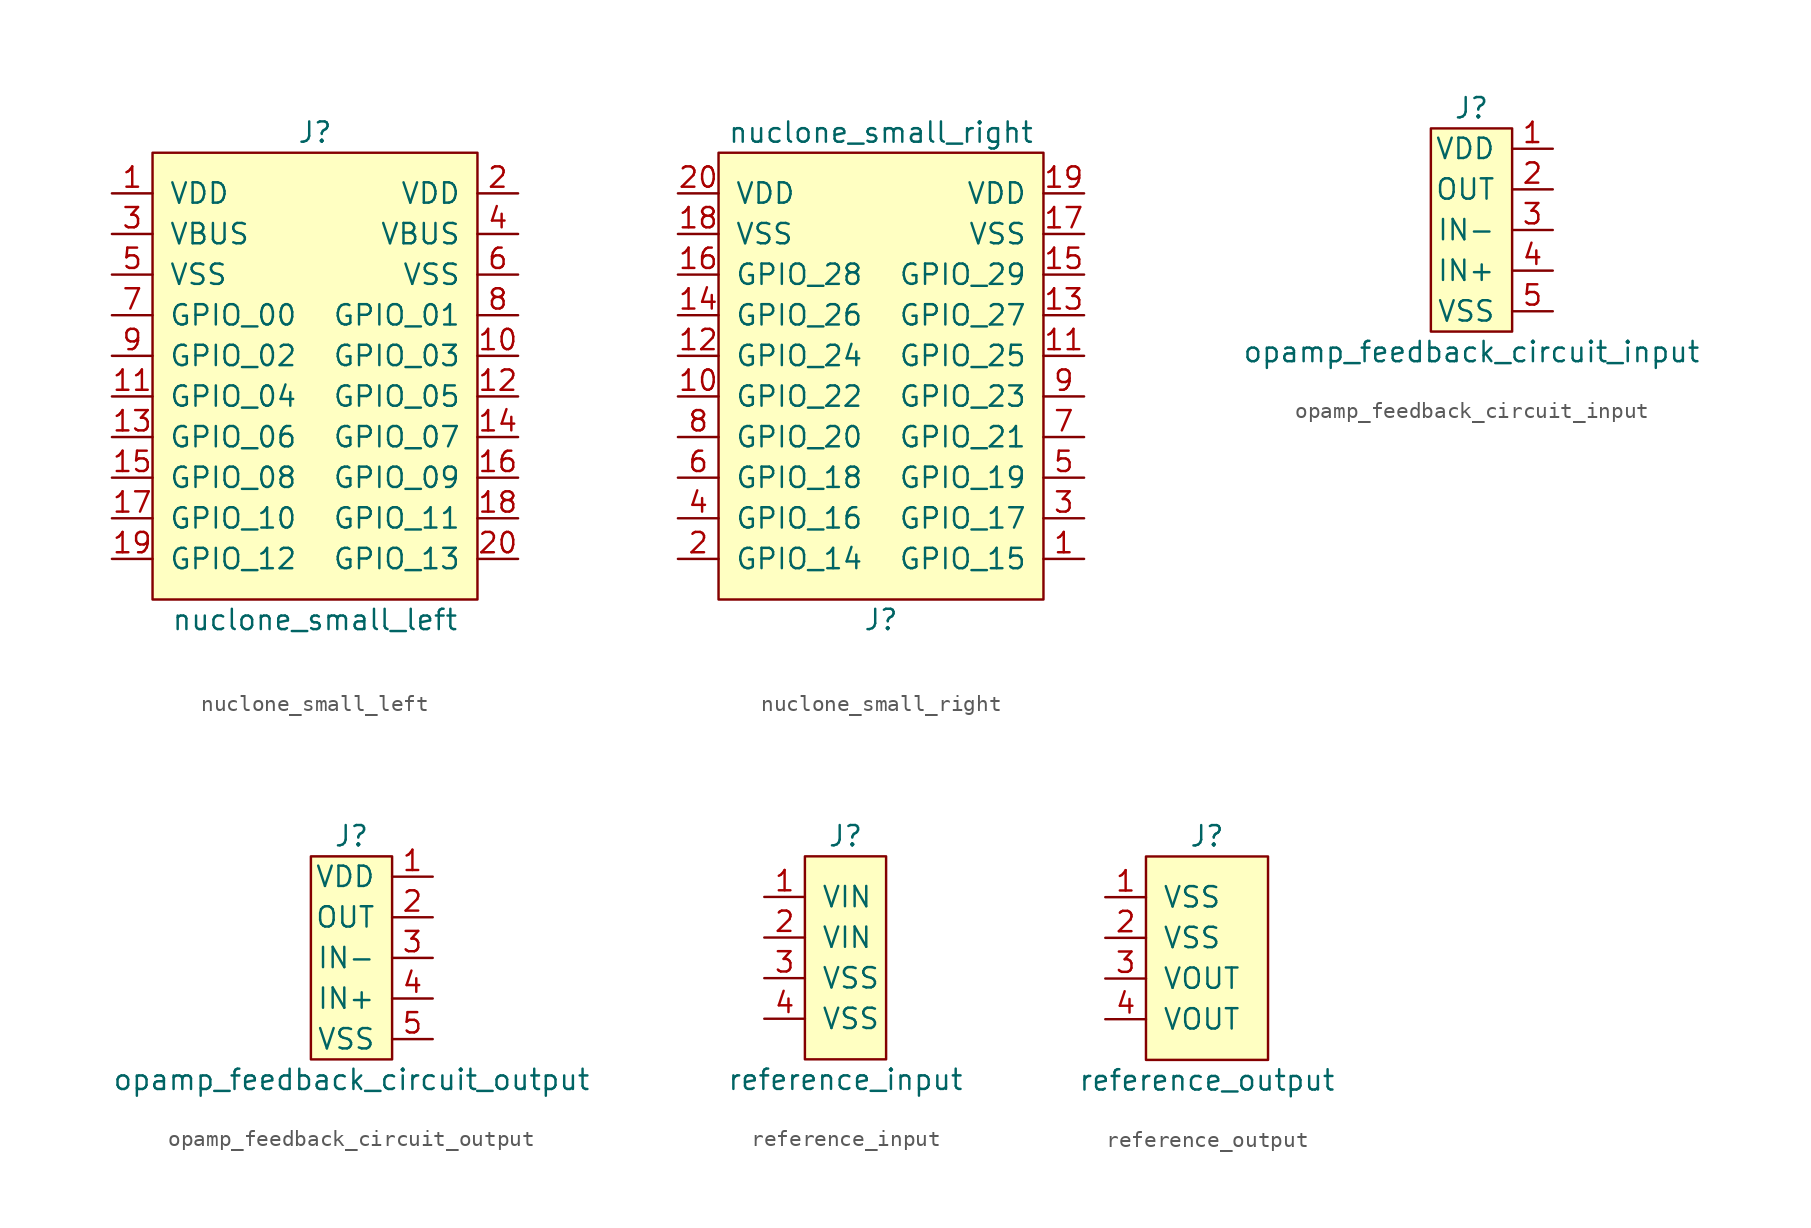
<source format=kicad_sym>
(kicad_symbol_lib
  (version 20211014)
  (generator kicad_symbol_editor)
  (symbol "nuclone_small_left"
    (pin_names
      (offset 1.016))
    (property "Reference" "J"
      (at 0 15.24 0)
      (effects (font (size 1.27 1.27))))
    (property "Value" "nuclone_small_left"
      (at 0 -15.24 0)
      (effects (font (size 1.27 1.27))))
    (symbol "nuclone_small_left_0_1"
      (rectangle (start -10.16 13.97) (end 10.16 -13.97) (stroke (width 0) (type default) (color 0 0 0 0)) (fill (type background))))
    (symbol "nuclone_small_left_1_1"
      (pin power_in line (at -12.7 11.43 0) (length 2.54) (name "VDD" (effects (font (size 1.27 1.27)))) (number "1" (effects (font (size 1.27 1.27)))))
      (pin bidirectional line (at 12.7 1.27 180) (length 2.54) (name "GPIO_03" (effects (font (size 1.27 1.27)))) (number "10" (effects (font (size 1.27 1.27)))))
      (pin bidirectional line (at -12.7 -1.27 0) (length 2.54) (name "GPIO_04" (effects (font (size 1.27 1.27)))) (number "11" (effects (font (size 1.27 1.27)))))
      (pin bidirectional line (at 12.7 -1.27 180) (length 2.54) (name "GPIO_05" (effects (font (size 1.27 1.27)))) (number "12" (effects (font (size 1.27 1.27)))))
      (pin bidirectional line (at -12.7 -3.81 0) (length 2.54) (name "GPIO_06" (effects (font (size 1.27 1.27)))) (number "13" (effects (font (size 1.27 1.27)))))
      (pin bidirectional line (at 12.7 -3.81 180) (length 2.54) (name "GPIO_07" (effects (font (size 1.27 1.27)))) (number "14" (effects (font (size 1.27 1.27)))))
      (pin bidirectional line (at -12.7 -6.35 0) (length 2.54) (name "GPIO_08" (effects (font (size 1.27 1.27)))) (number "15" (effects (font (size 1.27 1.27)))))
      (pin bidirectional line (at 12.7 -6.35 180) (length 2.54) (name "GPIO_09" (effects (font (size 1.27 1.27)))) (number "16" (effects (font (size 1.27 1.27)))))
      (pin bidirectional line (at -12.7 -8.89 0) (length 2.54) (name "GPIO_10" (effects (font (size 1.27 1.27)))) (number "17" (effects (font (size 1.27 1.27)))))
      (pin bidirectional line (at 12.7 -8.89 180) (length 2.54) (name "GPIO_11" (effects (font (size 1.27 1.27)))) (number "18" (effects (font (size 1.27 1.27)))))
      (pin bidirectional line (at -12.7 -11.43 0) (length 2.54) (name "GPIO_12" (effects (font (size 1.27 1.27)))) (number "19" (effects (font (size 1.27 1.27)))))
      (pin power_in line (at 12.7 11.43 180) (length 2.54) (name "VDD" (effects (font (size 1.27 1.27)))) (number "2" (effects (font (size 1.27 1.27)))))
      (pin bidirectional line (at 12.7 -11.43 180) (length 2.54) (name "GPIO_13" (effects (font (size 1.27 1.27)))) (number "20" (effects (font (size 1.27 1.27)))))
      (pin power_in line (at -12.7 8.89 0) (length 2.54) (name "VBUS" (effects (font (size 1.27 1.27)))) (number "3" (effects (font (size 1.27 1.27)))))
      (pin power_in line (at 12.7 8.89 180) (length 2.54) (name "VBUS" (effects (font (size 1.27 1.27)))) (number "4" (effects (font (size 1.27 1.27)))))
      (pin power_in line (at -12.7 6.35 0) (length 2.54) (name "VSS" (effects (font (size 1.27 1.27)))) (number "5" (effects (font (size 1.27 1.27)))))
      (pin power_in line (at 12.7 6.35 180) (length 2.54) (name "VSS" (effects (font (size 1.27 1.27)))) (number "6" (effects (font (size 1.27 1.27)))))
      (pin bidirectional line (at -12.7 3.81 0) (length 2.54) (name "GPIO_00" (effects (font (size 1.27 1.27)))) (number "7" (effects (font (size 1.27 1.27)))))
      (pin bidirectional line (at 12.7 3.81 180) (length 2.54) (name "GPIO_01" (effects (font (size 1.27 1.27)))) (number "8" (effects (font (size 1.27 1.27)))))
      (pin bidirectional line (at -12.7 1.27 0) (length 2.54) (name "GPIO_02" (effects (font (size 1.27 1.27)))) (number "9" (effects (font (size 1.27 1.27)))))))
  (symbol "nuclone_small_right"
    (pin_names
      (offset 1.016))
    (property "Reference" "J"
      (at 0 -15.24 0)
      (effects (font (size 1.27 1.27))))
    (property "Value" "nuclone_small_right"
      (at 0 15.24 0)
      (effects (font (size 1.27 1.27))))
    (symbol "nuclone_small_right_0_1"
      (rectangle (start 10.16 -13.97) (end -10.16 13.97) (stroke (width 0) (type default) (color 0 0 0 0)) (fill (type background))))
    (symbol "nuclone_small_right_1_1"
      (pin bidirectional line (at 12.7 -11.43 180) (length 2.54) (name "GPIO_15" (effects (font (size 1.27 1.27)))) (number "1" (effects (font (size 1.27 1.27)))))
      (pin bidirectional line (at -12.7 -1.27 0) (length 2.54) (name "GPIO_22" (effects (font (size 1.27 1.27)))) (number "10" (effects (font (size 1.27 1.27)))))
      (pin bidirectional line (at 12.7 1.27 180) (length 2.54) (name "GPIO_25" (effects (font (size 1.27 1.27)))) (number "11" (effects (font (size 1.27 1.27)))))
      (pin bidirectional line (at -12.7 1.27 0) (length 2.54) (name "GPIO_24" (effects (font (size 1.27 1.27)))) (number "12" (effects (font (size 1.27 1.27)))))
      (pin bidirectional line (at 12.7 3.81 180) (length 2.54) (name "GPIO_27" (effects (font (size 1.27 1.27)))) (number "13" (effects (font (size 1.27 1.27)))))
      (pin bidirectional line (at -12.7 3.81 0) (length 2.54) (name "GPIO_26" (effects (font (size 1.27 1.27)))) (number "14" (effects (font (size 1.27 1.27)))))
      (pin bidirectional line (at 12.7 6.35 180) (length 2.54) (name "GPIO_29" (effects (font (size 1.27 1.27)))) (number "15" (effects (font (size 1.27 1.27)))))
      (pin bidirectional line (at -12.7 6.35 0) (length 2.54) (name "GPIO_28" (effects (font (size 1.27 1.27)))) (number "16" (effects (font (size 1.27 1.27)))))
      (pin power_in line (at 12.7 8.89 180) (length 2.54) (name "VSS" (effects (font (size 1.27 1.27)))) (number "17" (effects (font (size 1.27 1.27)))))
      (pin power_in line (at -12.7 8.89 0) (length 2.54) (name "VSS" (effects (font (size 1.27 1.27)))) (number "18" (effects (font (size 1.27 1.27)))))
      (pin power_in line (at 12.7 11.43 180) (length 2.54) (name "VDD" (effects (font (size 1.27 1.27)))) (number "19" (effects (font (size 1.27 1.27)))))
      (pin bidirectional line (at -12.7 -11.43 0) (length 2.54) (name "GPIO_14" (effects (font (size 1.27 1.27)))) (number "2" (effects (font (size 1.27 1.27)))))
      (pin power_in line (at -12.7 11.43 0) (length 2.54) (name "VDD" (effects (font (size 1.27 1.27)))) (number "20" (effects (font (size 1.27 1.27)))))
      (pin bidirectional line (at 12.7 -8.89 180) (length 2.54) (name "GPIO_17" (effects (font (size 1.27 1.27)))) (number "3" (effects (font (size 1.27 1.27)))))
      (pin bidirectional line (at -12.7 -8.89 0) (length 2.54) (name "GPIO_16" (effects (font (size 1.27 1.27)))) (number "4" (effects (font (size 1.27 1.27)))))
      (pin bidirectional line (at 12.7 -6.35 180) (length 2.54) (name "GPIO_19" (effects (font (size 1.27 1.27)))) (number "5" (effects (font (size 1.27 1.27)))))
      (pin bidirectional line (at -12.7 -6.35 0) (length 2.54) (name "GPIO_18" (effects (font (size 1.27 1.27)))) (number "6" (effects (font (size 1.27 1.27)))))
      (pin bidirectional line (at 12.7 -3.81 180) (length 2.54) (name "GPIO_21" (effects (font (size 1.27 1.27)))) (number "7" (effects (font (size 1.27 1.27)))))
      (pin bidirectional line (at -12.7 -3.81 0) (length 2.54) (name "GPIO_20" (effects (font (size 1.27 1.27)))) (number "8" (effects (font (size 1.27 1.27)))))
      (pin bidirectional line (at 12.7 -1.27 180) (length 2.54) (name "GPIO_23" (effects (font (size 1.27 1.27)))) (number "9" (effects (font (size 1.27 1.27)))))))
  (symbol "opamp_feedback_circuit_input"
    (pin_names
      (offset 1.016))
    (property "Reference" "J"
      (at 0 7.62 0)
      (effects (font (size 1.27 1.27))))
    (property "Value" "opamp_feedback_circuit_input"
      (at 0 -7.62 0)
      (effects (font (size 1.27 1.27))))
    (symbol "opamp_feedback_circuit_input_0_1"
      (rectangle (start -2.54 6.35) (end 2.54 -6.35) (stroke (width 0) (type default) (color 0 0 0 0)) (fill (type background))))
    (symbol "opamp_feedback_circuit_input_1_1"
      (pin power_out line (at 5.08 5.08 180) (length 2.54) (name "VDD" (effects (font (size 1.27 1.27)))) (number "1" (effects (font (size 1.27 1.27)))))
      (pin output line (at 5.08 2.54 180) (length 2.54) (name "OUT" (effects (font (size 1.27 1.27)))) (number "2" (effects (font (size 1.27 1.27)))))
      (pin input line (at 5.08 0 180) (length 2.54) (name "IN-" (effects (font (size 1.27 1.27)))) (number "3" (effects (font (size 1.27 1.27)))))
      (pin input line (at 5.08 -2.54 180) (length 2.54) (name "IN+" (effects (font (size 1.27 1.27)))) (number "4" (effects (font (size 1.27 1.27)))))
      (pin power_out line (at 5.08 -5.08 180) (length 2.54) (name "VSS" (effects (font (size 1.27 1.27)))) (number "5" (effects (font (size 1.27 1.27)))))))
  (symbol "opamp_feedback_circuit_output"
    (pin_names
      (offset 1.016))
    (property "Reference" "J"
      (at 0 7.62 0)
      (effects (font (size 1.27 1.27))))
    (property "Value" "opamp_feedback_circuit_output"
      (at 0 -7.62 0)
      (effects (font (size 1.27 1.27))))
    (symbol "opamp_feedback_circuit_output_0_1"
      (rectangle (start -2.54 6.35) (end 2.54 -6.35) (stroke (width 0) (type default) (color 0 0 0 0)) (fill (type background))))
    (symbol "opamp_feedback_circuit_output_1_1"
      (pin power_in line (at 5.08 5.08 180) (length 2.54) (name "VDD" (effects (font (size 1.27 1.27)))) (number "1" (effects (font (size 1.27 1.27)))))
      (pin input line (at 5.08 2.54 180) (length 2.54) (name "OUT" (effects (font (size 1.27 1.27)))) (number "2" (effects (font (size 1.27 1.27)))))
      (pin output line (at 5.08 0 180) (length 2.54) (name "IN-" (effects (font (size 1.27 1.27)))) (number "3" (effects (font (size 1.27 1.27)))))
      (pin output line (at 5.08 -2.54 180) (length 2.54) (name "IN+" (effects (font (size 1.27 1.27)))) (number "4" (effects (font (size 1.27 1.27)))))
      (pin power_in line (at 5.08 -5.08 180) (length 2.54) (name "VSS" (effects (font (size 1.27 1.27)))) (number "5" (effects (font (size 1.27 1.27)))))))
  (symbol "reference_input"
    (pin_names
      (offset 1.016))
    (property "Reference" "J"
      (at 0 7.62 0)
      (effects (font (size 1.27 1.27))))
    (property "Value" "reference_input"
      (at 0 -7.62 0)
      (effects (font (size 1.27 1.27))))
    (symbol "reference_input_0_1"
      (rectangle (start -2.54 6.35) (end 2.54 -6.35) (stroke (width 0) (type default) (color 0 0 0 0)) (fill (type background))))
    (symbol "reference_input_1_1"
      (pin power_out line (at -5.08 3.81 0) (length 2.54) (name "VIN" (effects (font (size 1.27 1.27)))) (number "1" (effects (font (size 1.27 1.27)))))
      (pin power_in line (at -5.08 1.27 0) (length 2.54) (name "VIN" (effects (font (size 1.27 1.27)))) (number "2" (effects (font (size 1.27 1.27)))))
      (pin power_out line (at -5.08 -1.27 0) (length 2.54) (name "VSS" (effects (font (size 1.27 1.27)))) (number "3" (effects (font (size 1.27 1.27)))))
      (pin power_in line (at -5.08 -3.81 0) (length 2.54) (name "VSS" (effects (font (size 1.27 1.27)))) (number "4" (effects (font (size 1.27 1.27)))))))
  (symbol "reference_output"
    (pin_names
      (offset 1.016))
    (property "Reference" "J"
      (at 0 7.62 0)
      (effects (font (size 1.27 1.27))))
    (property "Value" "reference_output"
      (at 0 -7.62 0)
      (effects (font (size 1.27 1.27))))
    (symbol "reference_output_0_1"
      (rectangle (start -3.81 6.35) (end 3.81 -6.35) (stroke (width 0) (type default) (color 0 0 0 0)) (fill (type background))))
    (symbol "reference_output_1_1"
      (pin power_in line (at -6.35 3.81 0) (length 2.54) (name "VSS" (effects (font (size 1.27 1.27)))) (number "1" (effects (font (size 1.27 1.27)))))
      (pin power_in line (at -6.35 1.27 0) (length 2.54) (name "VSS" (effects (font (size 1.27 1.27)))) (number "2" (effects (font (size 1.27 1.27)))))
      (pin power_in line (at -6.35 -1.27 0) (length 2.54) (name "VOUT" (effects (font (size 1.27 1.27)))) (number "3" (effects (font (size 1.27 1.27)))))
      (pin power_in line (at -6.35 -3.81 0) (length 2.54) (name "VOUT" (effects (font (size 1.27 1.27)))) (number "4" (effects (font (size 1.27 1.27))))))))
</source>
